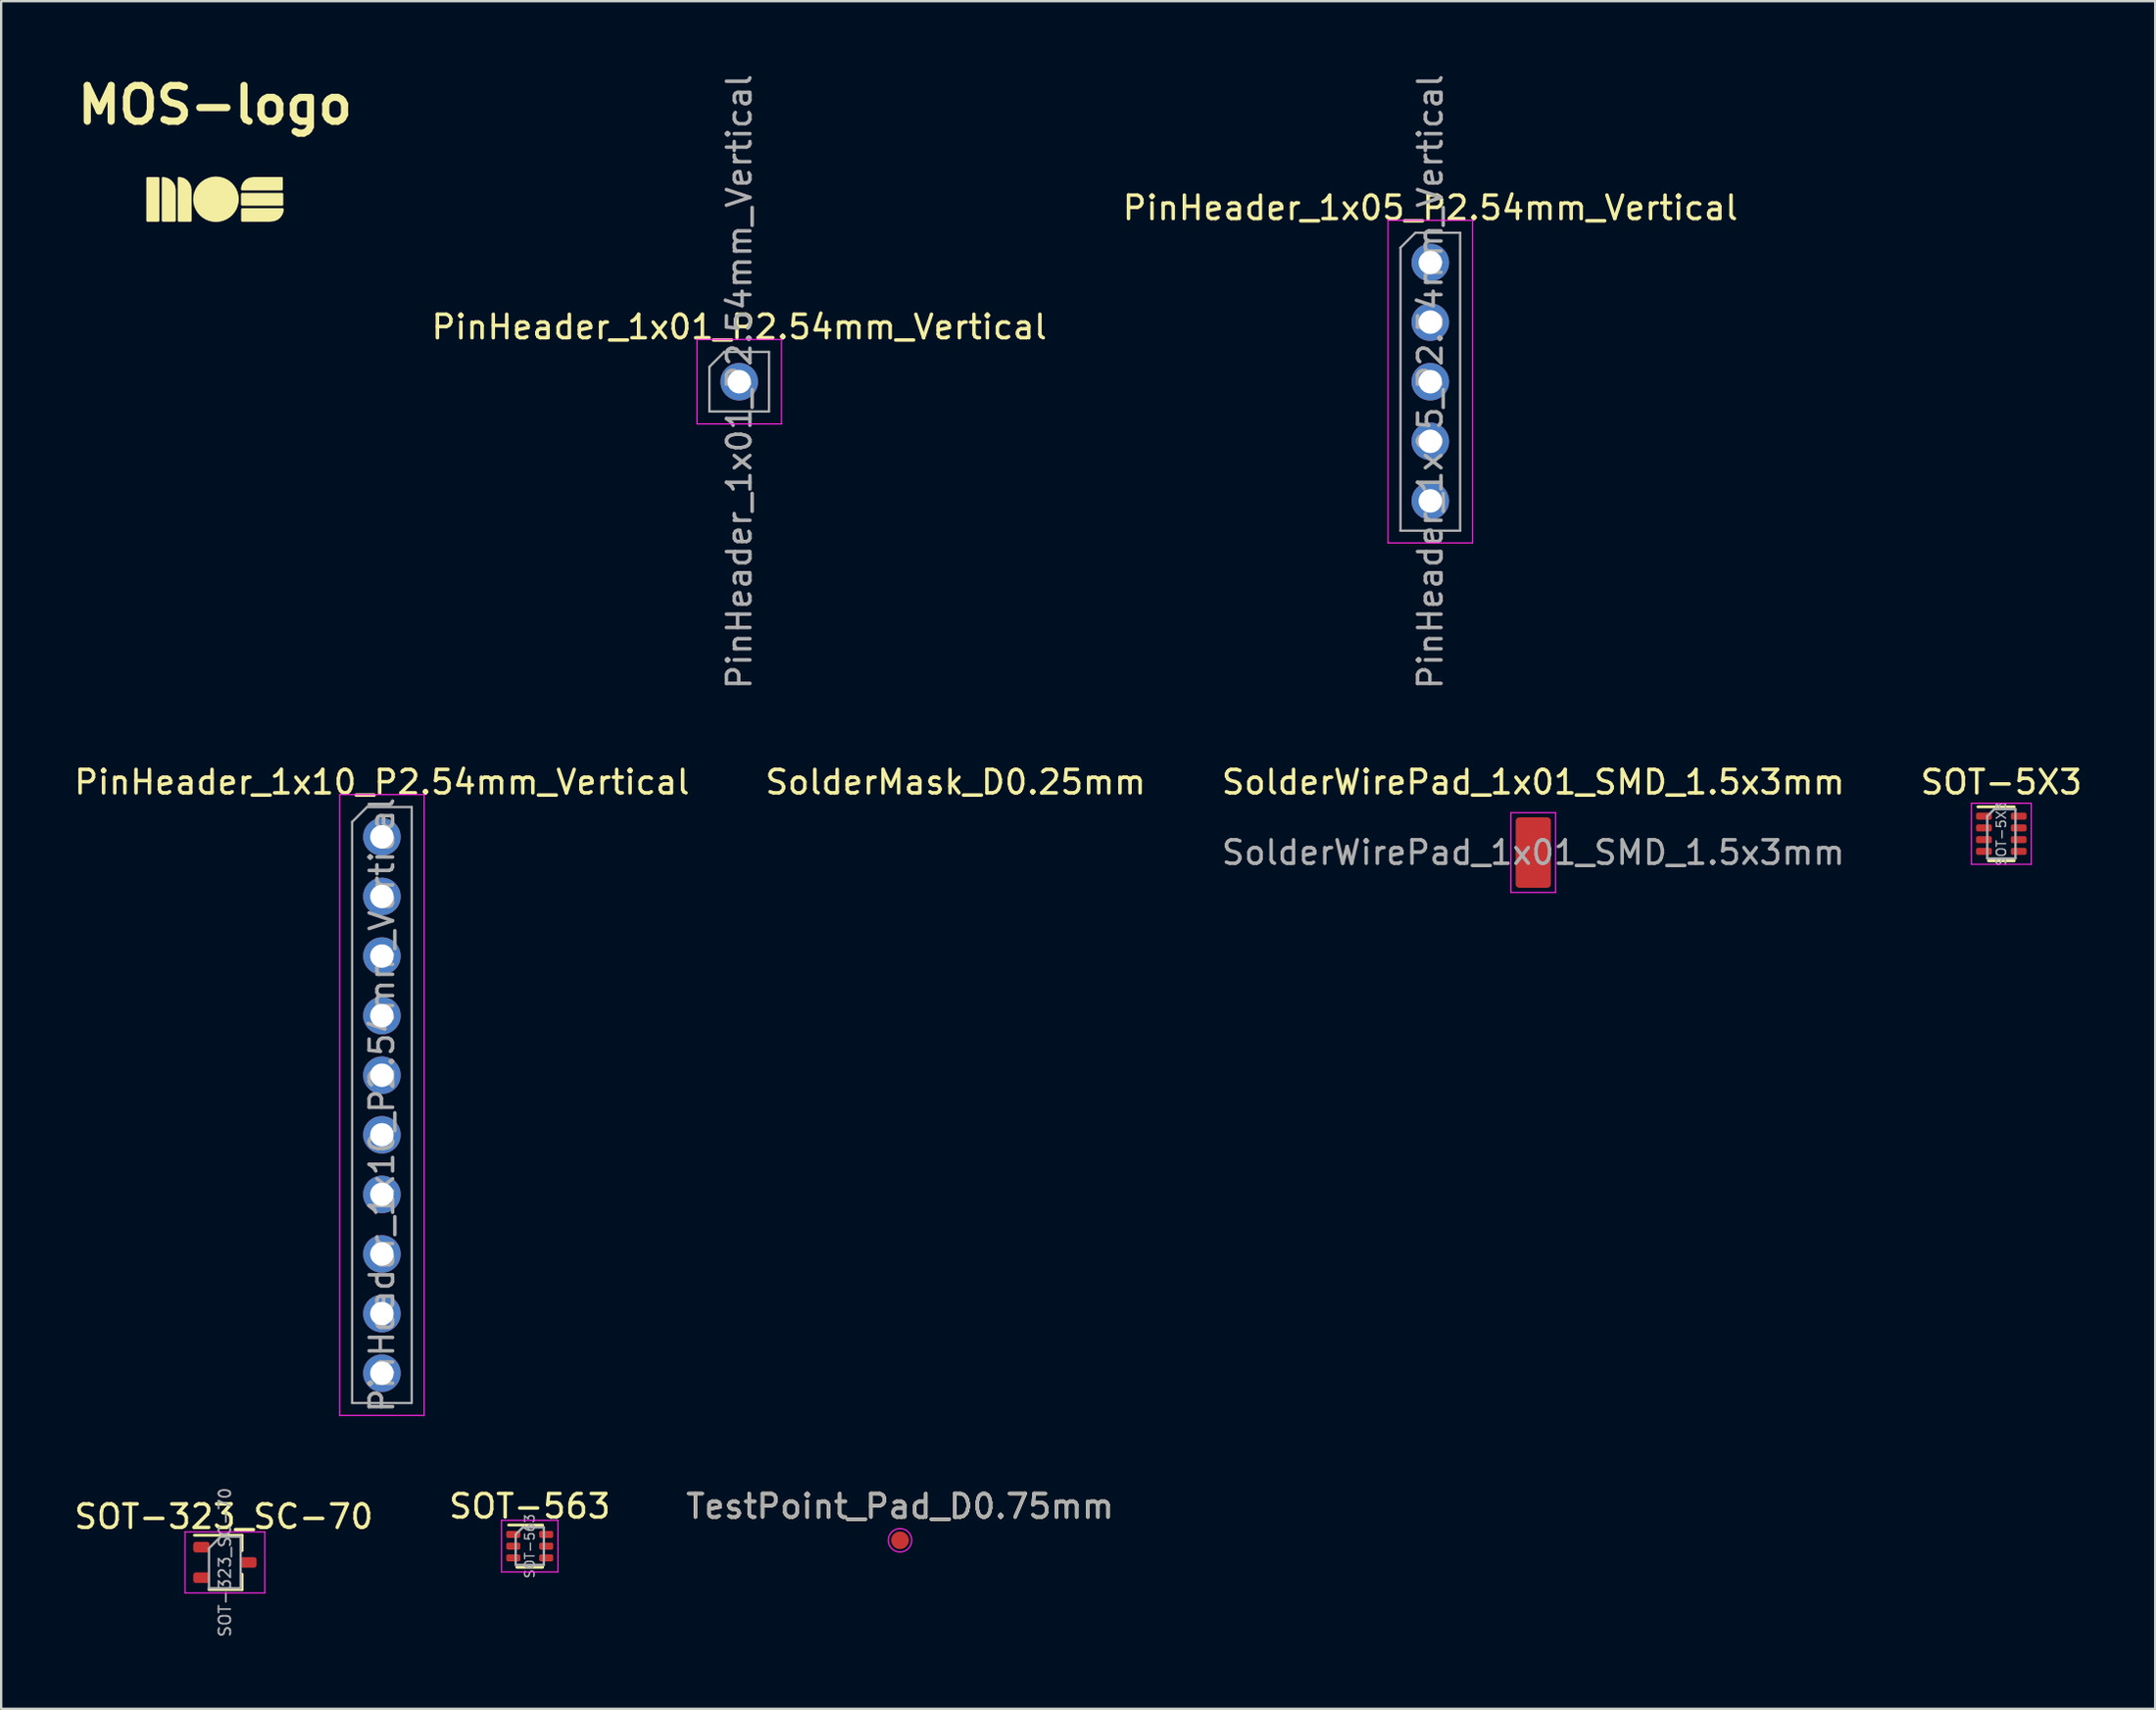
<source format=kicad_pcb>
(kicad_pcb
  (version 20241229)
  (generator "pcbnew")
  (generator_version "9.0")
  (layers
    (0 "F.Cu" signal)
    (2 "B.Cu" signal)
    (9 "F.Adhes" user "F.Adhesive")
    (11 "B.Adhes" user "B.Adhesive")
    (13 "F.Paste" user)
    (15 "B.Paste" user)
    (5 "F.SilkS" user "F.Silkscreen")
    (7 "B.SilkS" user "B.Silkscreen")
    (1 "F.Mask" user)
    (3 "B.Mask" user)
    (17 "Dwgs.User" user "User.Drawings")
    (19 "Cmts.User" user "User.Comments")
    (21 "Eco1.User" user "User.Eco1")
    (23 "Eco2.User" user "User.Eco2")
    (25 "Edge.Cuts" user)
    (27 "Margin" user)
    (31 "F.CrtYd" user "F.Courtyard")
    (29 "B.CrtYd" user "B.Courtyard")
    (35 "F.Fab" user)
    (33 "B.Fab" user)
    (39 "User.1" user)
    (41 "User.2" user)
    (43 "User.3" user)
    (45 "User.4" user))
  (footprint "PinHeader_1x10_P2.54mm_Vertical"
    (layer "F.Cu")
    (at 13.22 32.619)
    (property "Reference" "PinHeader_1x10_P2.54mm_Vertical" (at 0 -2.33 0) (layer "F.SilkS") (effects (font (size 1 1) (thickness 0.15))))
    (attr through_hole)
    (fp_line (start -1.8 -1.8) (end -1.8 24.66) (stroke (width 0.05) (type solid)) (layer "F.CrtYd"))
    (fp_line (start -1.8 24.66) (end 1.8 24.66) (stroke (width 0.05) (type solid)) (layer "F.CrtYd"))
    (fp_line (start 1.8 -1.8) (end -1.8 -1.8) (stroke (width 0.05) (type solid)) (layer "F.CrtYd"))
    (fp_line (start 1.8 24.66) (end 1.8 -1.8) (stroke (width 0.05) (type solid)) (layer "F.CrtYd"))
    (fp_line (start -1.27 -0.635) (end -0.635 -1.27) (stroke (width 0.1) (type solid)) (layer "F.Fab"))
    (fp_line (start -1.27 24.13) (end -1.27 -0.635) (stroke (width 0.1) (type solid)) (layer "F.Fab"))
    (fp_line (start -0.635 -1.27) (end 1.27 -1.27) (stroke (width 0.1) (type solid)) (layer "F.Fab"))
    (fp_line (start 1.27 -1.27) (end 1.27 24.13) (stroke (width 0.1) (type solid)) (layer "F.Fab"))
    (fp_line (start 1.27 24.13) (end -1.27 24.13) (stroke (width 0.1) (type solid)) (layer "F.Fab"))
    (fp_text user "${REFERENCE}" (at 0 11.43 90) (layer "F.Fab") (effects (font (size 1 1) (thickness 0.15))))
    (pad "1" thru_hole circle (at 0 0) (size 1.6 1.6) (drill 1) (layers "*.Cu" "*.Mask"))
    (pad "2" thru_hole circle (at 0 2.54) (size 1.6 1.6) (drill 1) (layers "*.Cu" "*.Mask"))
    (pad "3" thru_hole circle (at 0 5.08) (size 1.6 1.6) (drill 1) (layers "*.Cu" "*.Mask"))
    (pad "4" thru_hole circle (at 0 7.62) (size 1.6 1.6) (drill 1) (layers "*.Cu" "*.Mask"))
    (pad "5" thru_hole circle (at 0 10.16) (size 1.6 1.6) (drill 1) (layers "*.Cu" "*.Mask"))
    (pad "6" thru_hole circle (at 0 12.7) (size 1.6 1.6) (drill 1) (layers "*.Cu" "*.Mask"))
    (pad "7" thru_hole circle (at 0 15.24) (size 1.6 1.6) (drill 1) (layers "*.Cu" "*.Mask"))
    (pad "8" thru_hole circle (at 0 17.78) (size 1.6 1.6) (drill 1) (layers "*.Cu" "*.Mask"))
    (pad "9" thru_hole circle (at 0 20.32) (size 1.6 1.6) (drill 1) (layers "*.Cu" "*.Mask"))
    (pad "10" thru_hole circle (at 0 22.86) (size 1.6 1.6) (drill 1) (layers "*.Cu" "*.Mask")))
  (footprint "SOT-563"
    (layer "F.Cu")
    (at 19.518 62.852)
    (property "Reference" "SOT-563" (at 0 -1.7 0) (layer "F.SilkS") (effects (font (size 1 1) (thickness 0.15))))
    (attr smd)
    (fp_line (start -0.9 -0.9) (end 0.55 -0.9) (stroke (width 0.12) (type solid)) (layer "F.SilkS"))
    (fp_line (start 0.55 0.9) (end -0.55 0.9) (stroke (width 0.12) (type solid)) (layer "F.SilkS"))
    (fp_line (start -1.2 -1.1) (end -1.2 1.1) (stroke (width 0.05) (type solid)) (layer "F.CrtYd"))
    (fp_line (start -1.2 -1.1) (end 1.2 -1.1) (stroke (width 0.05) (type solid)) (layer "F.CrtYd"))
    (fp_line (start 1.2 1.1) (end -1.2 1.1) (stroke (width 0.05) (type solid)) (layer "F.CrtYd"))
    (fp_line (start 1.2 1.1) (end 1.2 -1.1) (stroke (width 0.05) (type solid)) (layer "F.CrtYd"))
    (fp_line (start -0.6 -0.5) (end -0.6 0.8) (stroke (width 0.1) (type solid)) (layer "F.Fab"))
    (fp_line (start -0.6 -0.5) (end -0.3 -0.8) (stroke (width 0.1) (type solid)) (layer "F.Fab"))
    (fp_line (start -0.6 0.8) (end 0.6 0.8) (stroke (width 0.1) (type solid)) (layer "F.Fab"))
    (fp_line (start 0.6 -0.8) (end -0.3 -0.8) (stroke (width 0.1) (type solid)) (layer "F.Fab"))
    (fp_line (start 0.6 0.8) (end 0.6 -0.8) (stroke (width 0.1) (type solid)) (layer "F.Fab"))
    (fp_text user "${REFERENCE}" (at 0 0 90) (layer "F.Fab") (effects (font (size 0.4 0.4) (thickness 0.062))))
    (pad "1" smd roundrect (at -0.7 -0.5) (size 0.6 0.3) (layers "F.Cu" "F.Mask" "F.Paste") (roundrect_rratio 0.25))
    (pad "2" smd roundrect (at -0.7 0) (size 0.6 0.3) (layers "F.Cu" "F.Mask" "F.Paste") (roundrect_rratio 0.25))
    (pad "3" smd roundrect (at -0.7 0.5) (size 0.6 0.3) (layers "F.Cu" "F.Mask" "F.Paste") (roundrect_rratio 0.25))
    (pad "4" smd roundrect (at 0.7 0.5) (size 0.6 0.3) (layers "F.Cu" "F.Mask" "F.Paste") (roundrect_rratio 0.25))
    (pad "5" smd roundrect (at 0.7 0) (size 0.6 0.3) (layers "F.Cu" "F.Mask" "F.Paste") (roundrect_rratio 0.25))
    (pad "6" smd roundrect (at 0.7 -0.5) (size 0.6 0.3) (layers "F.Cu" "F.Mask" "F.Paste") (roundrect_rratio 0.25)))
  (footprint "SolderWirePad_1x01_SMD_1.5x3mm"
    (layer "F.Cu")
    (at 62.268 33.289)
    (property "Reference" "SolderWirePad_1x01_SMD_1.5x3mm" (at 0 -3 0) (layer "F.SilkS") (effects (font (size 1 1) (thickness 0.15))))
    (attr through_hole)
    (fp_line (start -0.95 -1.7) (end -0.95 1.7) (stroke (width 0.05) (type solid)) (layer "F.CrtYd"))
    (fp_line (start -0.95 1.7) (end 0.95 1.7) (stroke (width 0.05) (type solid)) (layer "F.CrtYd"))
    (fp_line (start 0.95 -1.7) (end -0.95 -1.7) (stroke (width 0.05) (type solid)) (layer "F.CrtYd"))
    (fp_line (start 0.95 1.7) (end 0.95 -1.7) (stroke (width 0.05) (type solid)) (layer "F.CrtYd"))
    (fp_text user "${REFERENCE}" (at 0 0 0) (layer "F.Fab") (effects (font (size 1 1) (thickness 0.15))))
    (pad "1" smd roundrect (at 0 0) (size 1.5 3) (layers "F.Cu" "F.Mask") (roundrect_rratio 0.1)))
  (footprint "PinHeader_1x05_P2.54mm_Vertical"
    (layer "F.Cu")
    (at 57.882 8.14)
    (property "Reference" "PinHeader_1x05_P2.54mm_Vertical" (at 0 -2.33 0) (layer "F.SilkS") (effects (font (size 1 1) (thickness 0.15))))
    (attr through_hole)
    (fp_line (start -1.8 -1.8) (end -1.8 11.95) (stroke (width 0.05) (type solid)) (layer "F.CrtYd"))
    (fp_line (start -1.8 11.95) (end 1.8 11.95) (stroke (width 0.05) (type solid)) (layer "F.CrtYd"))
    (fp_line (start 1.8 -1.8) (end -1.8 -1.8) (stroke (width 0.05) (type solid)) (layer "F.CrtYd"))
    (fp_line (start 1.8 11.95) (end 1.8 -1.8) (stroke (width 0.05) (type solid)) (layer "F.CrtYd"))
    (fp_line (start -1.27 -0.635) (end -0.635 -1.27) (stroke (width 0.1) (type solid)) (layer "F.Fab"))
    (fp_line (start -1.27 11.43) (end -1.27 -0.635) (stroke (width 0.1) (type solid)) (layer "F.Fab"))
    (fp_line (start -0.635 -1.27) (end 1.27 -1.27) (stroke (width 0.1) (type solid)) (layer "F.Fab"))
    (fp_line (start 1.27 -1.27) (end 1.27 11.43) (stroke (width 0.1) (type solid)) (layer "F.Fab"))
    (fp_line (start 1.27 11.43) (end -1.27 11.43) (stroke (width 0.1) (type solid)) (layer "F.Fab"))
    (fp_text user "${REFERENCE}" (at 0 5.08 90) (layer "F.Fab") (effects (font (size 1 1) (thickness 0.15))))
    (pad "1" thru_hole circle (at 0 0) (size 1.6 1.6) (drill 1) (layers "*.Cu" "*.Mask"))
    (pad "2" thru_hole circle (at 0 2.54) (size 1.6 1.6) (drill 1) (layers "*.Cu" "*.Mask"))
    (pad "3" thru_hole circle (at 0 5.08) (size 1.6 1.6) (drill 1) (layers "*.Cu" "*.Mask"))
    (pad "4" thru_hole circle (at 0 7.62) (size 1.6 1.6) (drill 1) (layers "*.Cu" "*.Mask"))
    (pad "5" thru_hole circle (at 0 10.16) (size 1.6 1.6) (drill 1) (layers "*.Cu" "*.Mask")))
  (footprint "PinHeader_1x01_P2.54mm_Vertical"
    (layer "F.Cu")
    (at 28.441 13.22)
    (property "Reference" "PinHeader_1x01_P2.54mm_Vertical" (at 0 -2.33 0) (layer "F.SilkS") (effects (font (size 1 1) (thickness 0.15))))
    (attr through_hole)
    (fp_line (start -1.8 -1.8) (end -1.8 1.8) (stroke (width 0.05) (type solid)) (layer "F.CrtYd"))
    (fp_line (start -1.8 1.8) (end 1.8 1.8) (stroke (width 0.05) (type solid)) (layer "F.CrtYd"))
    (fp_line (start 1.8 -1.8) (end -1.8 -1.8) (stroke (width 0.05) (type solid)) (layer "F.CrtYd"))
    (fp_line (start 1.8 1.8) (end 1.8 -1.8) (stroke (width 0.05) (type solid)) (layer "F.CrtYd"))
    (fp_line (start -1.27 -0.635) (end -0.635 -1.27) (stroke (width 0.1) (type solid)) (layer "F.Fab"))
    (fp_line (start -1.27 1.27) (end -1.27 -0.635) (stroke (width 0.1) (type solid)) (layer "F.Fab"))
    (fp_line (start -0.635 -1.27) (end 1.27 -1.27) (stroke (width 0.1) (type solid)) (layer "F.Fab"))
    (fp_line (start 1.27 -1.27) (end 1.27 1.27) (stroke (width 0.1) (type solid)) (layer "F.Fab"))
    (fp_line (start 1.27 1.27) (end -1.27 1.27) (stroke (width 0.1) (type solid)) (layer "F.Fab"))
    (fp_text user "${REFERENCE}" (at 0 0 90) (layer "F.Fab") (effects (font (size 1 1) (thickness 0.15))))
    (pad "1" thru_hole circle (at 0 0) (size 1.6 1.6) (drill 1) (layers "*.Cu" "*.Mask")))
  (footprint "SOT-5X3"
    (layer "F.Cu")
    (at 82.208 32.489)
    (property "Reference" "SOT-5X3" (at 0 -2.2 0) (layer "F.SilkS") (effects (font (size 1 1) (thickness 0.15))))
    (attr smd)
    (fp_line (start -1 -1.15) (end 0.55 -1.15) (stroke (width 0.12) (type solid)) (layer "F.SilkS"))
    (fp_line (start 0.55 1.15) (end -0.55 1.15) (stroke (width 0.12) (type solid)) (layer "F.SilkS"))
    (fp_line (start -1.275 -1.3) (end -1.275 1.3) (stroke (width 0.05) (type solid)) (layer "F.CrtYd"))
    (fp_line (start -1.275 -1.3) (end 1.275 -1.3) (stroke (width 0.05) (type solid)) (layer "F.CrtYd"))
    (fp_line (start 1.275 1.3) (end -1.275 1.3) (stroke (width 0.05) (type solid)) (layer "F.CrtYd"))
    (fp_line (start 1.275 1.3) (end 1.275 -1.3) (stroke (width 0.05) (type solid)) (layer "F.CrtYd"))
    (fp_line (start -0.6 -0.75) (end -0.6 1.05) (stroke (width 0.1) (type solid)) (layer "F.Fab"))
    (fp_line (start -0.6 -0.75) (end -0.3 -1.05) (stroke (width 0.1) (type solid)) (layer "F.Fab"))
    (fp_line (start -0.6 1.05) (end 0.6 1.05) (stroke (width 0.1) (type solid)) (layer "F.Fab"))
    (fp_line (start 0.6 -1.05) (end -0.3 -1.05) (stroke (width 0.1) (type solid)) (layer "F.Fab"))
    (fp_line (start 0.6 1.05) (end 0.6 -1.05) (stroke (width 0.1) (type solid)) (layer "F.Fab"))
    (fp_text user "${REFERENCE}" (at 0 0 90) (layer "F.Fab") (effects (font (size 0.4 0.4) (thickness 0.062))))
    (pad "1" smd roundrect (at -0.74 -0.75) (size 0.67 0.3) (layers "F.Cu" "F.Mask" "F.Paste") (roundrect_rratio 0.25))
    (pad "2" smd roundrect (at -0.74 -0.25) (size 0.67 0.3) (layers "F.Cu" "F.Mask" "F.Paste") (roundrect_rratio 0.25))
    (pad "3" smd roundrect (at -0.74 0.25) (size 0.67 0.3) (layers "F.Cu" "F.Mask" "F.Paste") (roundrect_rratio 0.25))
    (pad "4" smd roundrect (at -0.74 0.75) (size 0.67 0.3) (layers "F.Cu" "F.Mask" "F.Paste") (roundrect_rratio 0.25))
    (pad "5" smd roundrect (at 0.74 0.75) (size 0.67 0.3) (layers "F.Cu" "F.Mask" "F.Paste") (roundrect_rratio 0.25))
    (pad "6" smd roundrect (at 0.74 0.25) (size 0.67 0.3) (layers "F.Cu" "F.Mask" "F.Paste") (roundrect_rratio 0.25))
    (pad "7" smd roundrect (at 0.74 -0.25) (size 0.67 0.3) (layers "F.Cu" "F.Mask" "F.Paste") (roundrect_rratio 0.25))
    (pad "8" smd roundrect (at 0.74 -0.75) (size 0.67 0.3) (layers "F.Cu" "F.Mask" "F.Paste") (roundrect_rratio 0.25)))
  (footprint "MOS-logo"
    (layer "F.Cu")
    (at 6.111 5.443)
    (property "Reference" "MOS-logo" (at 0 -4.017 0) (layer "F.SilkS") (effects (font (size 1.524 1.524) (thickness 0.305))))
    (attr board_only exclude_from_pos_files exclude_from_bom)
    (fp_poly (pts (xy -2.893 -0.946) (xy -2.405 -0.946) (xy -2.372 -0.913) (xy -2.372 0.925) (xy -2.405 0.959) (xy -2.893 0.959) (xy -2.927 0.925) (xy -2.927 -0.913) (xy -2.893 -0.946)) (stroke (width 0) (type solid)) (fill yes) (layer "F.SilkS"))
    (fp_poly (pts (xy 1.14 -0.268) (xy 2.872 -0.268) (xy 2.906 -0.235) (xy 2.906 0.242) (xy 2.872 0.276) (xy 1.14 0.276) (xy 1.106 0.242) (xy 1.106 -0.235) (xy 1.14 -0.268)) (stroke (width 0) (type solid)) (fill yes) (layer "F.SilkS"))
    (fp_poly (pts (xy -2.236 -0.949) (xy -2.192 -0.949) (xy -2.031 -0.913) (xy -1.89 -0.833) (xy -1.778 -0.718) (xy -1.703 -0.577) (xy -1.673 -0.421) (xy -1.673 0.924) (xy -1.707 0.958) (xy -2.236 0.958) (xy -2.27 0.924) (xy -2.27 -0.915) (xy -2.236 -0.949)) (stroke (width 0) (type solid)) (fill yes) (layer "F.SilkS"))
    (fp_poly (pts (xy -1.557 -0.95) (xy -1.513 -0.95) (xy -1.344 -0.914) (xy -1.202 -0.828) (xy -1.093 -0.705) (xy -1.023 -0.559) (xy -0.999 -0.403) (xy -0.999 0.926) (xy -1.033 0.959) (xy -1.557 0.959) (xy -1.591 0.926) (xy -1.591 -0.916) (xy -1.557 -0.95)) (stroke (width 0) (type solid)) (fill yes) (layer "F.SilkS"))
    (fp_poly (pts (xy 1.639 -0.948) (xy 2.855 -0.948) (xy 2.889 -0.914) (xy 2.889 -0.413) (xy 2.855 -0.379) (xy 1.139 -0.379) (xy 1.105 -0.413) (xy 1.105 -0.464) (xy 1.132 -0.597) (xy 1.199 -0.727) (xy 1.307 -0.838) (xy 1.454 -0.917) (xy 1.639 -0.948)) (stroke (width 0) (type solid)) (fill yes) (layer "F.SilkS"))
    (fp_poly (pts (xy 1.145 0.383) (xy 2.893 0.383) (xy 2.927 0.417) (xy 2.927 0.458) (xy 2.907 0.564) (xy 2.86 0.676) (xy 2.783 0.784) (xy 2.67 0.875) (xy 2.516 0.937) (xy 2.317 0.959) (xy 1.145 0.959) (xy 1.111 0.926) (xy 1.111 0.417) (xy 1.145 0.383)) (stroke (width 0) (type solid)) (fill yes) (layer "F.SilkS"))
    (fp_poly (pts (xy 1.011 0) (xy 0.998 0.157) (xy 0.961 0.306) (xy 0.902 0.445) (xy 0.823 0.572) (xy 0.726 0.685) (xy 0.613 0.782) (xy 0.485 0.861) (xy 0.346 0.919) (xy 0.196 0.956) (xy 0.039 0.969) (xy -0.119 0.956) (xy -0.268 0.919) (xy -0.408 0.861) (xy -0.535 0.782) (xy -0.649 0.685) (xy -0.746 0.572) (xy -0.825 0.445) (xy -0.884 0.306) (xy -0.921 0.157) (xy -0.933 0) (xy -0.921 -0.157) (xy -0.884 -0.306) (xy -0.825 -0.445) (xy -0.746 -0.572) (xy -0.649 -0.685) (xy -0.535 -0.782) (xy -0.408 -0.861) (xy -0.268 -0.919) (xy -0.119 -0.956) (xy 0.039 -0.969) (xy 0.196 -0.956) (xy 0.346 -0.919) (xy 0.485 -0.861) (xy 0.613 -0.782) (xy 0.726 -0.685) (xy 0.823 -0.572) (xy 0.902 -0.445) (xy 0.961 -0.306) (xy 0.998 -0.157) (xy 1.011 0)) (stroke (width 0) (type solid)) (fill yes) (layer "F.SilkS")))
  (footprint "TestPoint_Pad_D0.75mm"
    (layer "F.Cu")
    (at 35.292 62.602)
    (property "Reference" "TestPoint_Pad_D0.75mm" (at 0 -1.448 0) (layer "F.SilkS") (effects (font (size 1 1) (thickness 0.15))))
    (attr exclude_from_pos_files exclude_from_bom)
    (fp_circle (center 0 0) (end 0.5 0) (stroke (width 0.05) (type solid)) (fill no) (layer "F.CrtYd"))
    (fp_text user "${REFERENCE}" (at 0 -1.45 0) (layer "F.Fab") (effects (font (size 1 1) (thickness 0.15))))
    (pad "1" smd circle (at 0 0) (size 0.75 0.75) (layers "F.Cu" "F.Mask")))
  (footprint "SolderMask_D0.25mm"
    (layer "F.Cu")
    (at 37.671 31.469)
    (property "Reference" "SolderMask_D0.25mm" (at -0.01 -1.18 0) (layer "F.SilkS") (effects (font (size 1 1) (thickness 0.15))))
    (attr exclude_from_pos_files exclude_from_bom)
    (pad "" smd circle (at 0 0) (size 0.25 0.25) (layers "F.Mask")))
  (footprint "SOT-323_SC-70"
    (layer "F.Cu")
    (at 6.532 63.545)
    (property "Reference" "SOT-323_SC-70" (at -0.05 -1.95 0) (layer "F.SilkS") (effects (font (size 1 1) (thickness 0.15))))
    (attr smd)
    (fp_line (start -0.68 1.16) (end 0.73 1.16) (stroke (width 0.12) (type solid)) (layer "F.SilkS"))
    (fp_line (start 0.73 -1.16) (end -1.3 -1.16) (stroke (width 0.12) (type solid)) (layer "F.SilkS"))
    (fp_line (start 0.73 -1.16) (end 0.73 -0.5) (stroke (width 0.12) (type solid)) (layer "F.SilkS"))
    (fp_line (start 0.73 0.5) (end 0.73 1.16) (stroke (width 0.12) (type solid)) (layer "F.SilkS"))
    (fp_line (start -1.7 -1.3) (end 1.7 -1.3) (stroke (width 0.05) (type solid)) (layer "F.CrtYd"))
    (fp_line (start -1.7 1.3) (end -1.7 -1.3) (stroke (width 0.05) (type solid)) (layer "F.CrtYd"))
    (fp_line (start 1.7 -1.3) (end 1.7 1.3) (stroke (width 0.05) (type solid)) (layer "F.CrtYd"))
    (fp_line (start 1.7 1.3) (end -1.7 1.3) (stroke (width 0.05) (type solid)) (layer "F.CrtYd"))
    (fp_line (start -0.68 -0.6) (end -0.68 1.1) (stroke (width 0.1) (type solid)) (layer "F.Fab"))
    (fp_line (start -0.18 -1.1) (end -0.68 -0.6) (stroke (width 0.1) (type solid)) (layer "F.Fab"))
    (fp_line (start 0.67 -1.1) (end -0.18 -1.1) (stroke (width 0.1) (type solid)) (layer "F.Fab"))
    (fp_line (start 0.67 -1.1) (end 0.67 1.1) (stroke (width 0.1) (type solid)) (layer "F.Fab"))
    (fp_line (start 0.67 1.1) (end -0.68 1.1) (stroke (width 0.1) (type solid)) (layer "F.Fab"))
    (fp_text user "${REFERENCE}" (at 0 0 90) (layer "F.Fab") (effects (font (size 0.5 0.5) (thickness 0.075))))
    (pad "1" smd roundrect (at -1 -0.65 270) (size 0.45 0.7) (layers "F.Cu" "F.Mask" "F.Paste") (roundrect_rratio 0.25))
    (pad "2" smd roundrect (at -1 0.65 270) (size 0.45 0.7) (layers "F.Cu" "F.Mask" "F.Paste") (roundrect_rratio 0.25))
    (pad "3" smd roundrect (at 1 0 270) (size 0.45 0.7) (layers "F.Cu" "F.Mask" "F.Paste") (roundrect_rratio 0.25)))
  (gr_rect
    (start -3 -3)
    (end 88.762 69.786)
    (stroke (width 0.1) (type default))
    (fill no)
    (layer "Edge.Cuts")))
</source>
